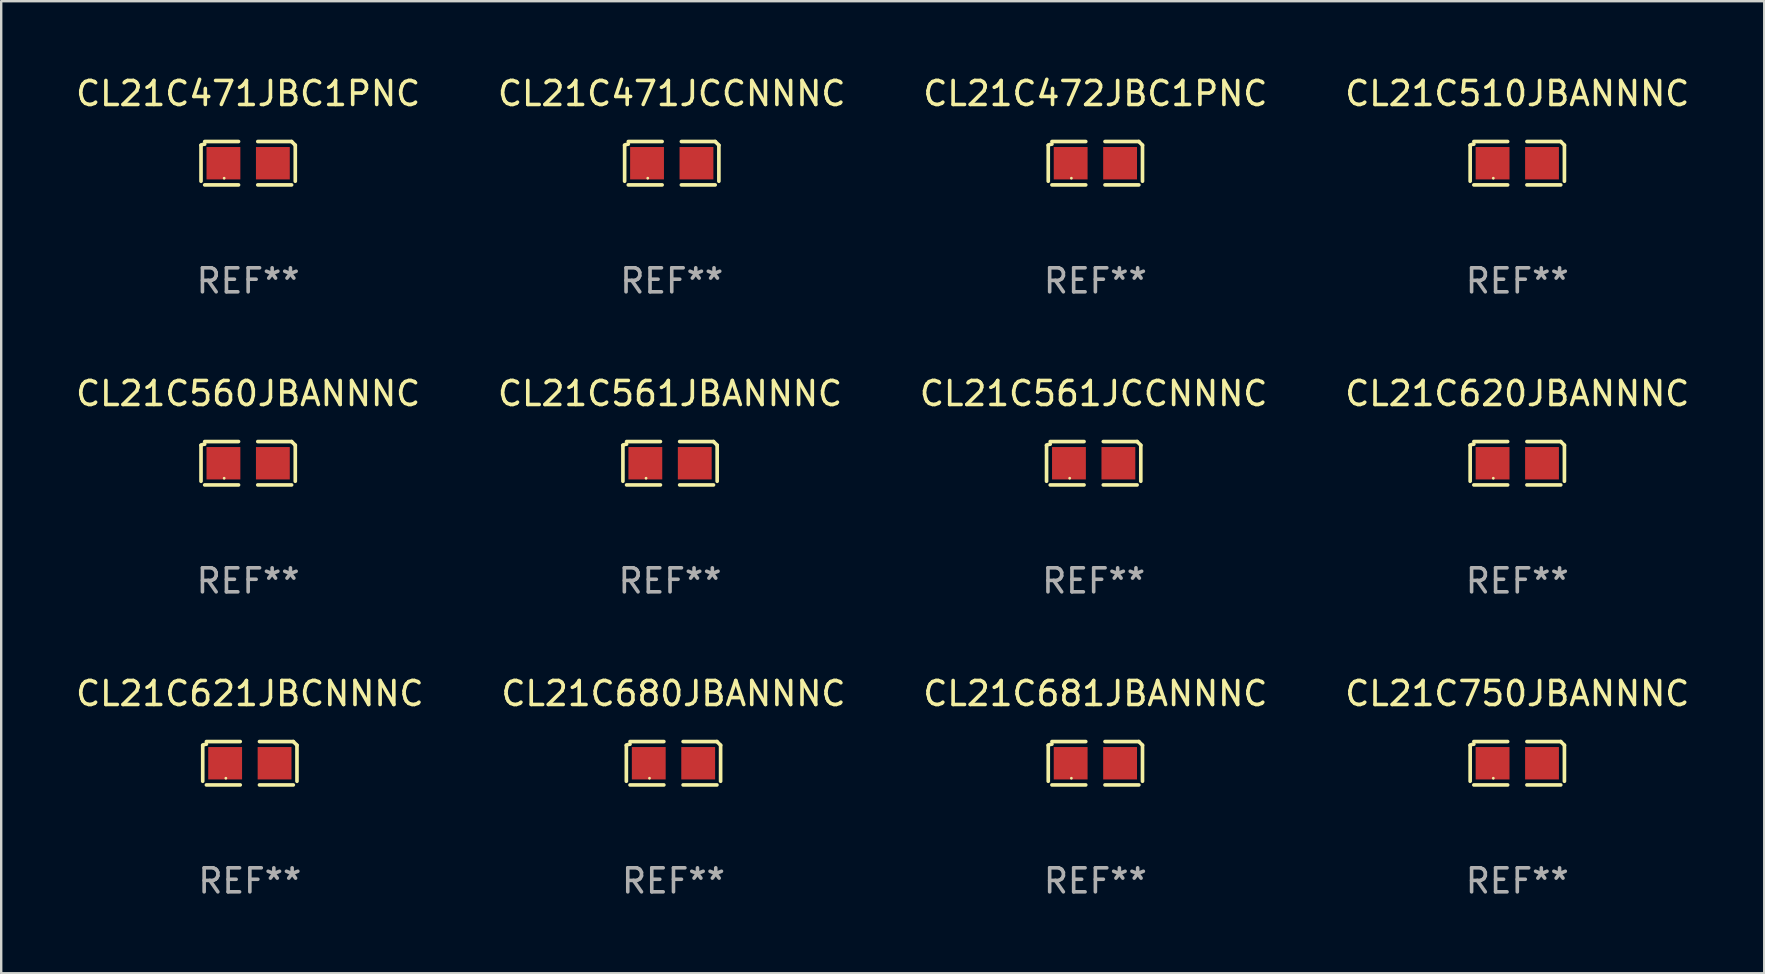
<source format=kicad_pcb>
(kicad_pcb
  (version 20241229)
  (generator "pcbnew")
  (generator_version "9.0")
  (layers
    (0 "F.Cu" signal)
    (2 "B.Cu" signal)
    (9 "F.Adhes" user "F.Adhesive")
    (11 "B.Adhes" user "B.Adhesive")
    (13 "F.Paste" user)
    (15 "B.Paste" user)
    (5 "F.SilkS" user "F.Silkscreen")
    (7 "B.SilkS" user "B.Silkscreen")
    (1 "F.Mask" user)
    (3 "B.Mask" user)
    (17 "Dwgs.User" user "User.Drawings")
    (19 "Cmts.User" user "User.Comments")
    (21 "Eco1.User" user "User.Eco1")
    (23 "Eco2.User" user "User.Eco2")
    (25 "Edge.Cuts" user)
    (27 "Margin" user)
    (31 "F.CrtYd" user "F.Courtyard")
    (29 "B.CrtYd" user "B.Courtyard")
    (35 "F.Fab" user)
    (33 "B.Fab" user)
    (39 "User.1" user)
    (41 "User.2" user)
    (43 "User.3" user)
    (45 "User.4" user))
  (footprint "CL21C471JBC1PNC"
    (layer "F.Cu")
    (at 7.292 3.752)
    (property "Reference" "CL21C471JBC1PNC" (at 0 -2.904 0) (layer "F.SilkS") (effects (font (size 1 1) (thickness 0.15))))
    (attr through_hole)
    (fp_line (start -1.964 0.751) (end -1.964 -0.751) (stroke (width 0.152) (type solid)) (layer "F.SilkS"))
    (fp_line (start -1.811 -0.904) (end -0.401 -0.904) (stroke (width 0.152) (type solid)) (layer "F.SilkS"))
    (fp_line (start -0.401 0.904) (end -1.811 0.904) (stroke (width 0.152) (type solid)) (layer "F.SilkS"))
    (fp_line (start 0.401 0.904) (end 1.811 0.904) (stroke (width 0.152) (type solid)) (layer "F.SilkS"))
    (fp_line (start 1.811 -0.904) (end 0.401 -0.904) (stroke (width 0.152) (type solid)) (layer "F.SilkS"))
    (fp_line (start 1.964 0.751) (end 1.964 -0.751) (stroke (width 0.152) (type solid)) (layer "F.SilkS"))
    (fp_arc (start -1.963602 -0.751207) (mid -1.890354 -0.783131) (end -1.811201 -0.794044) (stroke (width 0.1524) (type solid)) (layer "F.SilkS"))
    (fp_arc (start 1.811202 -0.903607) (mid 1.887413 -0.827418) (end 1.963602 -0.751207) (stroke (width 0.1524) (type solid)) (layer "F.SilkS"))
    (fp_circle (center -1 0.625) (end -0.97 0.625) (stroke (width 0.06) (type solid)) (fill no) (layer "F.SilkS"))
    (fp_text user "REF**" (at 0 4.904 0) (layer "F.Fab") (effects (font (size 1 1) (thickness 0.15))))
    (pad "1" smd rect (at -1.03 0) (size 1.41 1.35) (layers "F.Cu" "F.Mask" "F.Paste"))
    (pad "2" smd rect (at 1.03 0) (size 1.41 1.35) (layers "F.Cu" "F.Mask" "F.Paste")))
  (footprint "CL21C561JCCNNNC"
    (layer "F.Cu")
    (at 42.53 16.256)
    (property "Reference" "CL21C561JCCNNNC" (at 0 -2.904 0) (layer "F.SilkS") (effects (font (size 1 1) (thickness 0.15))))
    (attr through_hole)
    (fp_line (start -1.964 0.751) (end -1.964 -0.751) (stroke (width 0.152) (type solid)) (layer "F.SilkS"))
    (fp_line (start -1.811 -0.904) (end -0.401 -0.904) (stroke (width 0.152) (type solid)) (layer "F.SilkS"))
    (fp_line (start -0.401 0.904) (end -1.811 0.904) (stroke (width 0.152) (type solid)) (layer "F.SilkS"))
    (fp_line (start 0.401 0.904) (end 1.811 0.904) (stroke (width 0.152) (type solid)) (layer "F.SilkS"))
    (fp_line (start 1.811 -0.904) (end 0.401 -0.904) (stroke (width 0.152) (type solid)) (layer "F.SilkS"))
    (fp_line (start 1.964 0.751) (end 1.964 -0.751) (stroke (width 0.152) (type solid)) (layer "F.SilkS"))
    (fp_arc (start -1.963602 -0.751207) (mid -1.890354 -0.783131) (end -1.811201 -0.794044) (stroke (width 0.1524) (type solid)) (layer "F.SilkS"))
    (fp_arc (start 1.811202 -0.903607) (mid 1.887413 -0.827418) (end 1.963602 -0.751207) (stroke (width 0.1524) (type solid)) (layer "F.SilkS"))
    (fp_circle (center -1 0.625) (end -0.97 0.625) (stroke (width 0.06) (type solid)) (fill no) (layer "F.SilkS"))
    (fp_text user "REF**" (at 0 4.904 0) (layer "F.Fab") (effects (font (size 1 1) (thickness 0.15))))
    (pad "1" smd rect (at -1.03 0) (size 1.41 1.35) (layers "F.Cu" "F.Mask" "F.Paste"))
    (pad "2" smd rect (at 1.03 0) (size 1.41 1.35) (layers "F.Cu" "F.Mask" "F.Paste")))
  (footprint "CL21C620JBANNNC"
    (layer "F.Cu")
    (at 60.185 16.256)
    (property "Reference" "CL21C620JBANNNC" (at 0 -2.904 0) (layer "F.SilkS") (effects (font (size 1 1) (thickness 0.15))))
    (attr through_hole)
    (fp_line (start -1.964 0.751) (end -1.964 -0.751) (stroke (width 0.152) (type solid)) (layer "F.SilkS"))
    (fp_line (start -1.811 -0.904) (end -0.401 -0.904) (stroke (width 0.152) (type solid)) (layer "F.SilkS"))
    (fp_line (start -0.401 0.904) (end -1.811 0.904) (stroke (width 0.152) (type solid)) (layer "F.SilkS"))
    (fp_line (start 0.401 0.904) (end 1.811 0.904) (stroke (width 0.152) (type solid)) (layer "F.SilkS"))
    (fp_line (start 1.811 -0.904) (end 0.401 -0.904) (stroke (width 0.152) (type solid)) (layer "F.SilkS"))
    (fp_line (start 1.964 0.751) (end 1.964 -0.751) (stroke (width 0.152) (type solid)) (layer "F.SilkS"))
    (fp_arc (start -1.963602 -0.751207) (mid -1.890354 -0.783131) (end -1.811201 -0.794044) (stroke (width 0.1524) (type solid)) (layer "F.SilkS"))
    (fp_arc (start 1.811202 -0.903607) (mid 1.887413 -0.827418) (end 1.963602 -0.751207) (stroke (width 0.1524) (type solid)) (layer "F.SilkS"))
    (fp_circle (center -1 0.625) (end -0.97 0.625) (stroke (width 0.06) (type solid)) (fill no) (layer "F.SilkS"))
    (fp_text user "REF**" (at 0 4.904 0) (layer "F.Fab") (effects (font (size 1 1) (thickness 0.15))))
    (pad "1" smd rect (at -1.03 0) (size 1.41 1.35) (layers "F.Cu" "F.Mask" "F.Paste"))
    (pad "2" smd rect (at 1.03 0) (size 1.41 1.35) (layers "F.Cu" "F.Mask" "F.Paste")))
  (footprint "CL21C680JBANNNC"
    (layer "F.Cu")
    (at 25.018 28.759)
    (property "Reference" "CL21C680JBANNNC" (at 0 -2.904 0) (layer "F.SilkS") (effects (font (size 1 1) (thickness 0.15))))
    (attr through_hole)
    (fp_line (start -1.964 0.751) (end -1.964 -0.751) (stroke (width 0.152) (type solid)) (layer "F.SilkS"))
    (fp_line (start -1.811 -0.904) (end -0.401 -0.904) (stroke (width 0.152) (type solid)) (layer "F.SilkS"))
    (fp_line (start -0.401 0.904) (end -1.811 0.904) (stroke (width 0.152) (type solid)) (layer "F.SilkS"))
    (fp_line (start 0.401 0.904) (end 1.811 0.904) (stroke (width 0.152) (type solid)) (layer "F.SilkS"))
    (fp_line (start 1.811 -0.904) (end 0.401 -0.904) (stroke (width 0.152) (type solid)) (layer "F.SilkS"))
    (fp_line (start 1.964 0.751) (end 1.964 -0.751) (stroke (width 0.152) (type solid)) (layer "F.SilkS"))
    (fp_arc (start -1.963602 -0.751207) (mid -1.890354 -0.783131) (end -1.811201 -0.794044) (stroke (width 0.1524) (type solid)) (layer "F.SilkS"))
    (fp_arc (start 1.811202 -0.903607) (mid 1.887413 -0.827418) (end 1.963602 -0.751207) (stroke (width 0.1524) (type solid)) (layer "F.SilkS"))
    (fp_circle (center -1 0.625) (end -0.97 0.625) (stroke (width 0.06) (type solid)) (fill no) (layer "F.SilkS"))
    (fp_text user "REF**" (at 0 4.904 0) (layer "F.Fab") (effects (font (size 1 1) (thickness 0.15))))
    (pad "1" smd rect (at -1.03 0) (size 1.41 1.35) (layers "F.Cu" "F.Mask" "F.Paste"))
    (pad "2" smd rect (at 1.03 0) (size 1.41 1.35) (layers "F.Cu" "F.Mask" "F.Paste")))
  (footprint "CL21C472JBC1PNC"
    (layer "F.Cu")
    (at 42.601 3.752)
    (property "Reference" "CL21C472JBC1PNC" (at 0 -2.904 0) (layer "F.SilkS") (effects (font (size 1 1) (thickness 0.15))))
    (attr through_hole)
    (fp_line (start -1.964 0.751) (end -1.964 -0.751) (stroke (width 0.152) (type solid)) (layer "F.SilkS"))
    (fp_line (start -1.811 -0.904) (end -0.401 -0.904) (stroke (width 0.152) (type solid)) (layer "F.SilkS"))
    (fp_line (start -0.401 0.904) (end -1.811 0.904) (stroke (width 0.152) (type solid)) (layer "F.SilkS"))
    (fp_line (start 0.401 0.904) (end 1.811 0.904) (stroke (width 0.152) (type solid)) (layer "F.SilkS"))
    (fp_line (start 1.811 -0.904) (end 0.401 -0.904) (stroke (width 0.152) (type solid)) (layer "F.SilkS"))
    (fp_line (start 1.964 0.751) (end 1.964 -0.751) (stroke (width 0.152) (type solid)) (layer "F.SilkS"))
    (fp_arc (start -1.963602 -0.751207) (mid -1.890354 -0.783131) (end -1.811201 -0.794044) (stroke (width 0.1524) (type solid)) (layer "F.SilkS"))
    (fp_arc (start 1.811202 -0.903607) (mid 1.887413 -0.827418) (end 1.963602 -0.751207) (stroke (width 0.1524) (type solid)) (layer "F.SilkS"))
    (fp_circle (center -1 0.625) (end -0.97 0.625) (stroke (width 0.06) (type solid)) (fill no) (layer "F.SilkS"))
    (fp_text user "REF**" (at 0 4.904 0) (layer "F.Fab") (effects (font (size 1 1) (thickness 0.15))))
    (pad "1" smd rect (at -1.03 0) (size 1.41 1.35) (layers "F.Cu" "F.Mask" "F.Paste"))
    (pad "2" smd rect (at 1.03 0) (size 1.41 1.35) (layers "F.Cu" "F.Mask" "F.Paste")))
  (footprint "CL21C621JBCNNNC"
    (layer "F.Cu")
    (at 7.363 28.759)
    (property "Reference" "CL21C621JBCNNNC" (at 0 -2.904 0) (layer "F.SilkS") (effects (font (size 1 1) (thickness 0.15))))
    (attr through_hole)
    (fp_line (start -1.964 0.751) (end -1.964 -0.751) (stroke (width 0.152) (type solid)) (layer "F.SilkS"))
    (fp_line (start -1.811 -0.904) (end -0.401 -0.904) (stroke (width 0.152) (type solid)) (layer "F.SilkS"))
    (fp_line (start -0.401 0.904) (end -1.811 0.904) (stroke (width 0.152) (type solid)) (layer "F.SilkS"))
    (fp_line (start 0.401 0.904) (end 1.811 0.904) (stroke (width 0.152) (type solid)) (layer "F.SilkS"))
    (fp_line (start 1.811 -0.904) (end 0.401 -0.904) (stroke (width 0.152) (type solid)) (layer "F.SilkS"))
    (fp_line (start 1.964 0.751) (end 1.964 -0.751) (stroke (width 0.152) (type solid)) (layer "F.SilkS"))
    (fp_arc (start -1.963602 -0.751207) (mid -1.890354 -0.783131) (end -1.811201 -0.794044) (stroke (width 0.1524) (type solid)) (layer "F.SilkS"))
    (fp_arc (start 1.811202 -0.903607) (mid 1.887413 -0.827418) (end 1.963602 -0.751207) (stroke (width 0.1524) (type solid)) (layer "F.SilkS"))
    (fp_circle (center -1 0.625) (end -0.97 0.625) (stroke (width 0.06) (type solid)) (fill no) (layer "F.SilkS"))
    (fp_text user "REF**" (at 0 4.904 0) (layer "F.Fab") (effects (font (size 1 1) (thickness 0.15))))
    (pad "1" smd rect (at -1.03 0) (size 1.41 1.35) (layers "F.Cu" "F.Mask" "F.Paste"))
    (pad "2" smd rect (at 1.03 0) (size 1.41 1.35) (layers "F.Cu" "F.Mask" "F.Paste")))
  (footprint "CL21C750JBANNNC"
    (layer "F.Cu")
    (at 60.185 28.759)
    (property "Reference" "CL21C750JBANNNC" (at 0 -2.904 0) (layer "F.SilkS") (effects (font (size 1 1) (thickness 0.15))))
    (attr through_hole)
    (fp_line (start -1.964 0.751) (end -1.964 -0.751) (stroke (width 0.152) (type solid)) (layer "F.SilkS"))
    (fp_line (start -1.811 -0.904) (end -0.401 -0.904) (stroke (width 0.152) (type solid)) (layer "F.SilkS"))
    (fp_line (start -0.401 0.904) (end -1.811 0.904) (stroke (width 0.152) (type solid)) (layer "F.SilkS"))
    (fp_line (start 0.401 0.904) (end 1.811 0.904) (stroke (width 0.152) (type solid)) (layer "F.SilkS"))
    (fp_line (start 1.811 -0.904) (end 0.401 -0.904) (stroke (width 0.152) (type solid)) (layer "F.SilkS"))
    (fp_line (start 1.964 0.751) (end 1.964 -0.751) (stroke (width 0.152) (type solid)) (layer "F.SilkS"))
    (fp_arc (start -1.963602 -0.751207) (mid -1.890354 -0.783131) (end -1.811201 -0.794044) (stroke (width 0.1524) (type solid)) (layer "F.SilkS"))
    (fp_arc (start 1.811202 -0.903607) (mid 1.887413 -0.827418) (end 1.963602 -0.751207) (stroke (width 0.1524) (type solid)) (layer "F.SilkS"))
    (fp_circle (center -1 0.625) (end -0.97 0.625) (stroke (width 0.06) (type solid)) (fill no) (layer "F.SilkS"))
    (fp_text user "REF**" (at 0 4.904 0) (layer "F.Fab") (effects (font (size 1 1) (thickness 0.15))))
    (pad "1" smd rect (at -1.03 0) (size 1.41 1.35) (layers "F.Cu" "F.Mask" "F.Paste"))
    (pad "2" smd rect (at 1.03 0) (size 1.41 1.35) (layers "F.Cu" "F.Mask" "F.Paste")))
  (footprint "CL21C510JBANNNC"
    (layer "F.Cu")
    (at 60.185 3.752)
    (property "Reference" "CL21C510JBANNNC" (at 0 -2.904 0) (layer "F.SilkS") (effects (font (size 1 1) (thickness 0.15))))
    (attr through_hole)
    (fp_line (start -1.964 0.751) (end -1.964 -0.751) (stroke (width 0.152) (type solid)) (layer "F.SilkS"))
    (fp_line (start -1.811 -0.904) (end -0.401 -0.904) (stroke (width 0.152) (type solid)) (layer "F.SilkS"))
    (fp_line (start -0.401 0.904) (end -1.811 0.904) (stroke (width 0.152) (type solid)) (layer "F.SilkS"))
    (fp_line (start 0.401 0.904) (end 1.811 0.904) (stroke (width 0.152) (type solid)) (layer "F.SilkS"))
    (fp_line (start 1.811 -0.904) (end 0.401 -0.904) (stroke (width 0.152) (type solid)) (layer "F.SilkS"))
    (fp_line (start 1.964 0.751) (end 1.964 -0.751) (stroke (width 0.152) (type solid)) (layer "F.SilkS"))
    (fp_arc (start -1.963602 -0.751207) (mid -1.890354 -0.783131) (end -1.811201 -0.794044) (stroke (width 0.1524) (type solid)) (layer "F.SilkS"))
    (fp_arc (start 1.811202 -0.903607) (mid 1.887413 -0.827418) (end 1.963602 -0.751207) (stroke (width 0.1524) (type solid)) (layer "F.SilkS"))
    (fp_circle (center -1 0.625) (end -0.97 0.625) (stroke (width 0.06) (type solid)) (fill no) (layer "F.SilkS"))
    (fp_text user "REF**" (at 0 4.904 0) (layer "F.Fab") (effects (font (size 1 1) (thickness 0.15))))
    (pad "1" smd rect (at -1.03 0) (size 1.41 1.35) (layers "F.Cu" "F.Mask" "F.Paste"))
    (pad "2" smd rect (at 1.03 0) (size 1.41 1.35) (layers "F.Cu" "F.Mask" "F.Paste")))
  (footprint "CL21C471JCCNNNC"
    (layer "F.Cu")
    (at 24.946 3.752)
    (property "Reference" "CL21C471JCCNNNC" (at 0 -2.904 0) (layer "F.SilkS") (effects (font (size 1 1) (thickness 0.15))))
    (attr through_hole)
    (fp_line (start -1.964 0.751) (end -1.964 -0.751) (stroke (width 0.152) (type solid)) (layer "F.SilkS"))
    (fp_line (start -1.811 -0.904) (end -0.401 -0.904) (stroke (width 0.152) (type solid)) (layer "F.SilkS"))
    (fp_line (start -0.401 0.904) (end -1.811 0.904) (stroke (width 0.152) (type solid)) (layer "F.SilkS"))
    (fp_line (start 0.401 0.904) (end 1.811 0.904) (stroke (width 0.152) (type solid)) (layer "F.SilkS"))
    (fp_line (start 1.811 -0.904) (end 0.401 -0.904) (stroke (width 0.152) (type solid)) (layer "F.SilkS"))
    (fp_line (start 1.964 0.751) (end 1.964 -0.751) (stroke (width 0.152) (type solid)) (layer "F.SilkS"))
    (fp_arc (start -1.963602 -0.751207) (mid -1.890354 -0.783131) (end -1.811201 -0.794044) (stroke (width 0.1524) (type solid)) (layer "F.SilkS"))
    (fp_arc (start 1.811202 -0.903607) (mid 1.887413 -0.827418) (end 1.963602 -0.751207) (stroke (width 0.1524) (type solid)) (layer "F.SilkS"))
    (fp_circle (center -1 0.625) (end -0.97 0.625) (stroke (width 0.06) (type solid)) (fill no) (layer "F.SilkS"))
    (fp_text user "REF**" (at 0 4.904 0) (layer "F.Fab") (effects (font (size 1 1) (thickness 0.15))))
    (pad "1" smd rect (at -1.03 0) (size 1.41 1.35) (layers "F.Cu" "F.Mask" "F.Paste"))
    (pad "2" smd rect (at 1.03 0) (size 1.41 1.35) (layers "F.Cu" "F.Mask" "F.Paste")))
  (footprint "CL21C561JBANNNC"
    (layer "F.Cu")
    (at 24.875 16.256)
    (property "Reference" "CL21C561JBANNNC" (at 0 -2.904 0) (layer "F.SilkS") (effects (font (size 1 1) (thickness 0.15))))
    (attr through_hole)
    (fp_line (start -1.964 0.751) (end -1.964 -0.751) (stroke (width 0.152) (type solid)) (layer "F.SilkS"))
    (fp_line (start -1.811 -0.904) (end -0.401 -0.904) (stroke (width 0.152) (type solid)) (layer "F.SilkS"))
    (fp_line (start -0.401 0.904) (end -1.811 0.904) (stroke (width 0.152) (type solid)) (layer "F.SilkS"))
    (fp_line (start 0.401 0.904) (end 1.811 0.904) (stroke (width 0.152) (type solid)) (layer "F.SilkS"))
    (fp_line (start 1.811 -0.904) (end 0.401 -0.904) (stroke (width 0.152) (type solid)) (layer "F.SilkS"))
    (fp_line (start 1.964 0.751) (end 1.964 -0.751) (stroke (width 0.152) (type solid)) (layer "F.SilkS"))
    (fp_arc (start -1.963602 -0.751207) (mid -1.890354 -0.783131) (end -1.811201 -0.794044) (stroke (width 0.1524) (type solid)) (layer "F.SilkS"))
    (fp_arc (start 1.811202 -0.903607) (mid 1.887413 -0.827418) (end 1.963602 -0.751207) (stroke (width 0.1524) (type solid)) (layer "F.SilkS"))
    (fp_circle (center -1 0.625) (end -0.97 0.625) (stroke (width 0.06) (type solid)) (fill no) (layer "F.SilkS"))
    (fp_text user "REF**" (at 0 4.904 0) (layer "F.Fab") (effects (font (size 1 1) (thickness 0.15))))
    (pad "1" smd rect (at -1.03 0) (size 1.41 1.35) (layers "F.Cu" "F.Mask" "F.Paste"))
    (pad "2" smd rect (at 1.03 0) (size 1.41 1.35) (layers "F.Cu" "F.Mask" "F.Paste")))
  (footprint "CL21C681JBANNNC"
    (layer "F.Cu")
    (at 42.601 28.759)
    (property "Reference" "CL21C681JBANNNC" (at 0 -2.904 0) (layer "F.SilkS") (effects (font (size 1 1) (thickness 0.15))))
    (attr through_hole)
    (fp_line (start -1.964 0.751) (end -1.964 -0.751) (stroke (width 0.152) (type solid)) (layer "F.SilkS"))
    (fp_line (start -1.811 -0.904) (end -0.401 -0.904) (stroke (width 0.152) (type solid)) (layer "F.SilkS"))
    (fp_line (start -0.401 0.904) (end -1.811 0.904) (stroke (width 0.152) (type solid)) (layer "F.SilkS"))
    (fp_line (start 0.401 0.904) (end 1.811 0.904) (stroke (width 0.152) (type solid)) (layer "F.SilkS"))
    (fp_line (start 1.811 -0.904) (end 0.401 -0.904) (stroke (width 0.152) (type solid)) (layer "F.SilkS"))
    (fp_line (start 1.964 0.751) (end 1.964 -0.751) (stroke (width 0.152) (type solid)) (layer "F.SilkS"))
    (fp_arc (start -1.963602 -0.751207) (mid -1.890354 -0.783131) (end -1.811201 -0.794044) (stroke (width 0.1524) (type solid)) (layer "F.SilkS"))
    (fp_arc (start 1.811202 -0.903607) (mid 1.887413 -0.827418) (end 1.963602 -0.751207) (stroke (width 0.1524) (type solid)) (layer "F.SilkS"))
    (fp_circle (center -1 0.625) (end -0.97 0.625) (stroke (width 0.06) (type solid)) (fill no) (layer "F.SilkS"))
    (fp_text user "REF**" (at 0 4.904 0) (layer "F.Fab") (effects (font (size 1 1) (thickness 0.15))))
    (pad "1" smd rect (at -1.03 0) (size 1.41 1.35) (layers "F.Cu" "F.Mask" "F.Paste"))
    (pad "2" smd rect (at 1.03 0) (size 1.41 1.35) (layers "F.Cu" "F.Mask" "F.Paste")))
  (footprint "CL21C560JBANNNC"
    (layer "F.Cu")
    (at 7.292 16.256)
    (property "Reference" "CL21C560JBANNNC" (at 0 -2.904 0) (layer "F.SilkS") (effects (font (size 1 1) (thickness 0.15))))
    (attr through_hole)
    (fp_line (start -1.964 0.751) (end -1.964 -0.751) (stroke (width 0.152) (type solid)) (layer "F.SilkS"))
    (fp_line (start -1.811 -0.904) (end -0.401 -0.904) (stroke (width 0.152) (type solid)) (layer "F.SilkS"))
    (fp_line (start -0.401 0.904) (end -1.811 0.904) (stroke (width 0.152) (type solid)) (layer "F.SilkS"))
    (fp_line (start 0.401 0.904) (end 1.811 0.904) (stroke (width 0.152) (type solid)) (layer "F.SilkS"))
    (fp_line (start 1.811 -0.904) (end 0.401 -0.904) (stroke (width 0.152) (type solid)) (layer "F.SilkS"))
    (fp_line (start 1.964 0.751) (end 1.964 -0.751) (stroke (width 0.152) (type solid)) (layer "F.SilkS"))
    (fp_arc (start -1.963602 -0.751207) (mid -1.890354 -0.783131) (end -1.811201 -0.794044) (stroke (width 0.1524) (type solid)) (layer "F.SilkS"))
    (fp_arc (start 1.811202 -0.903607) (mid 1.887413 -0.827418) (end 1.963602 -0.751207) (stroke (width 0.1524) (type solid)) (layer "F.SilkS"))
    (fp_circle (center -1 0.625) (end -0.97 0.625) (stroke (width 0.06) (type solid)) (fill no) (layer "F.SilkS"))
    (fp_text user "REF**" (at 0 4.904 0) (layer "F.Fab") (effects (font (size 1 1) (thickness 0.15))))
    (pad "1" smd rect (at -1.03 0) (size 1.41 1.35) (layers "F.Cu" "F.Mask" "F.Paste"))
    (pad "2" smd rect (at 1.03 0) (size 1.41 1.35) (layers "F.Cu" "F.Mask" "F.Paste")))
  (gr_rect
    (start -3 -3)
    (end 70.476 37.511)
    (stroke (width 0.1) (type default))
    (fill no)
    (layer "Edge.Cuts")))
</source>
